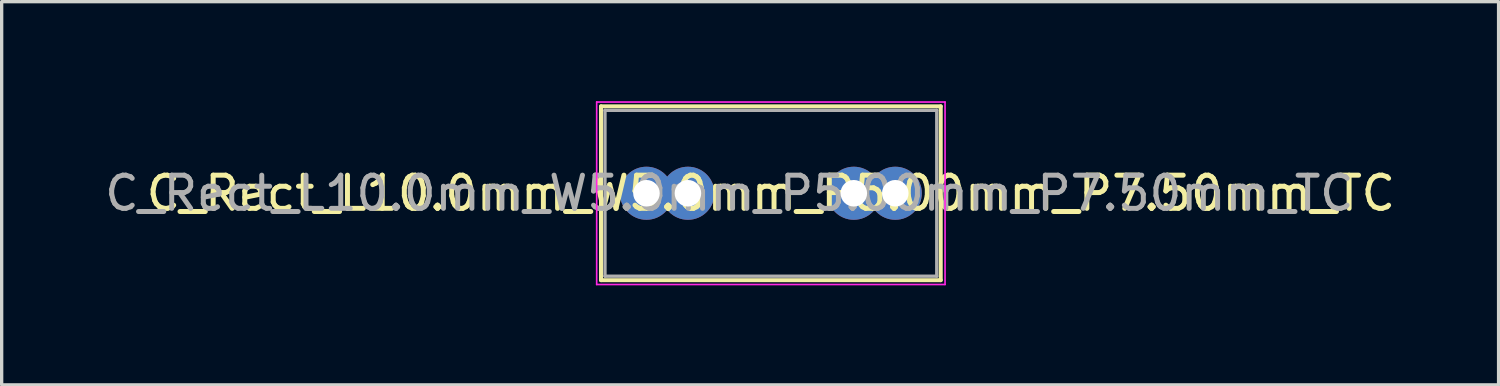
<source format=kicad_pcb>
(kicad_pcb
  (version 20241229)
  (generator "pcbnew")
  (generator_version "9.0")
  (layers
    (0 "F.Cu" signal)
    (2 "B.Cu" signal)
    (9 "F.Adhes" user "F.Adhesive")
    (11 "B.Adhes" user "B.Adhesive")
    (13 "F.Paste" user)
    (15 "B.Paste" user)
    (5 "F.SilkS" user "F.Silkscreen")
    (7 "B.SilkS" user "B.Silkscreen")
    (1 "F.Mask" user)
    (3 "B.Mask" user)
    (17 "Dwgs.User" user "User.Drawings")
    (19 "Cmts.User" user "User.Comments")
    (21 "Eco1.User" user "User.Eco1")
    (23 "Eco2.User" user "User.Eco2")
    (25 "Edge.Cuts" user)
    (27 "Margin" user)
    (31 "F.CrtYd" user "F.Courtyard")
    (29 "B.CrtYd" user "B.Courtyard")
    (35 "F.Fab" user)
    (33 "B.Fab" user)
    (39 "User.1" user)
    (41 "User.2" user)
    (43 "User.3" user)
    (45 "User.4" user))
  (footprint "C_Rect_L10.0mm_W5.0mm_P5.00mm_P7.50mm_TC"
    (layer "F.Cu")
    (at 16.435 2.775)
    (property "Reference" "C_Rect_L10.0mm_W5.0mm_P5.00mm_P7.50mm_TC" (at 3.75 0 0) (layer "F.SilkS") (effects (font (size 1 1) (thickness 0.15))))
    (attr through_hole)
    (fp_line (start -1.37 -2.62) (end -1.37 2.62) (stroke (width 0.12) (type solid)) (layer "F.SilkS"))
    (fp_line (start -1.37 -2.62) (end 8.87 -2.62) (stroke (width 0.12) (type solid)) (layer "F.SilkS"))
    (fp_line (start -1.37 2.62) (end 8.87 2.62) (stroke (width 0.12) (type solid)) (layer "F.SilkS"))
    (fp_line (start 8.87 -2.62) (end 8.87 2.62) (stroke (width 0.12) (type solid)) (layer "F.SilkS"))
    (fp_line (start -1.5 -2.75) (end -1.5 2.75) (stroke (width 0.05) (type solid)) (layer "F.CrtYd"))
    (fp_line (start -1.5 2.75) (end 9 2.75) (stroke (width 0.05) (type solid)) (layer "F.CrtYd"))
    (fp_line (start 9 -2.75) (end -1.5 -2.75) (stroke (width 0.05) (type solid)) (layer "F.CrtYd"))
    (fp_line (start 9 2.75) (end 9 -2.75) (stroke (width 0.05) (type solid)) (layer "F.CrtYd"))
    (fp_line (start -1.25 -2.5) (end -1.25 2.5) (stroke (width 0.1) (type solid)) (layer "F.Fab"))
    (fp_line (start -1.25 2.5) (end 8.75 2.5) (stroke (width 0.1) (type solid)) (layer "F.Fab"))
    (fp_line (start 8.75 -2.5) (end -1.25 -2.5) (stroke (width 0.1) (type solid)) (layer "F.Fab"))
    (fp_line (start 8.75 2.5) (end 8.75 -2.5) (stroke (width 0.1) (type solid)) (layer "F.Fab"))
    (fp_text user "${REFERENCE}" (at 2.5 0 0) (layer "F.Fab") (effects (font (size 1 1) (thickness 0.15))))
    (pad "1" thru_hole circle (at 0 0) (size 1.6 1.6) (drill 0.8) (layers "*.Cu" "*.Mask"))
    (pad "1" thru_hole circle (at 1.25 0) (size 1.6 1.6) (drill 0.8) (layers "*.Cu" "*.Mask"))
    (pad "2" thru_hole circle (at 6.25 0) (size 1.6 1.6) (drill 0.8) (layers "*.Cu" "*.Mask"))
    (pad "2" thru_hole circle (at 7.5 0) (size 1.6 1.6) (drill 0.8) (layers "*.Cu" "*.Mask")))
  (gr_rect
    (start -3 -3)
    (end 42.119 8.55)
    (stroke (width 0.1) (type default))
    (fill no)
    (layer "Edge.Cuts")))
</source>
